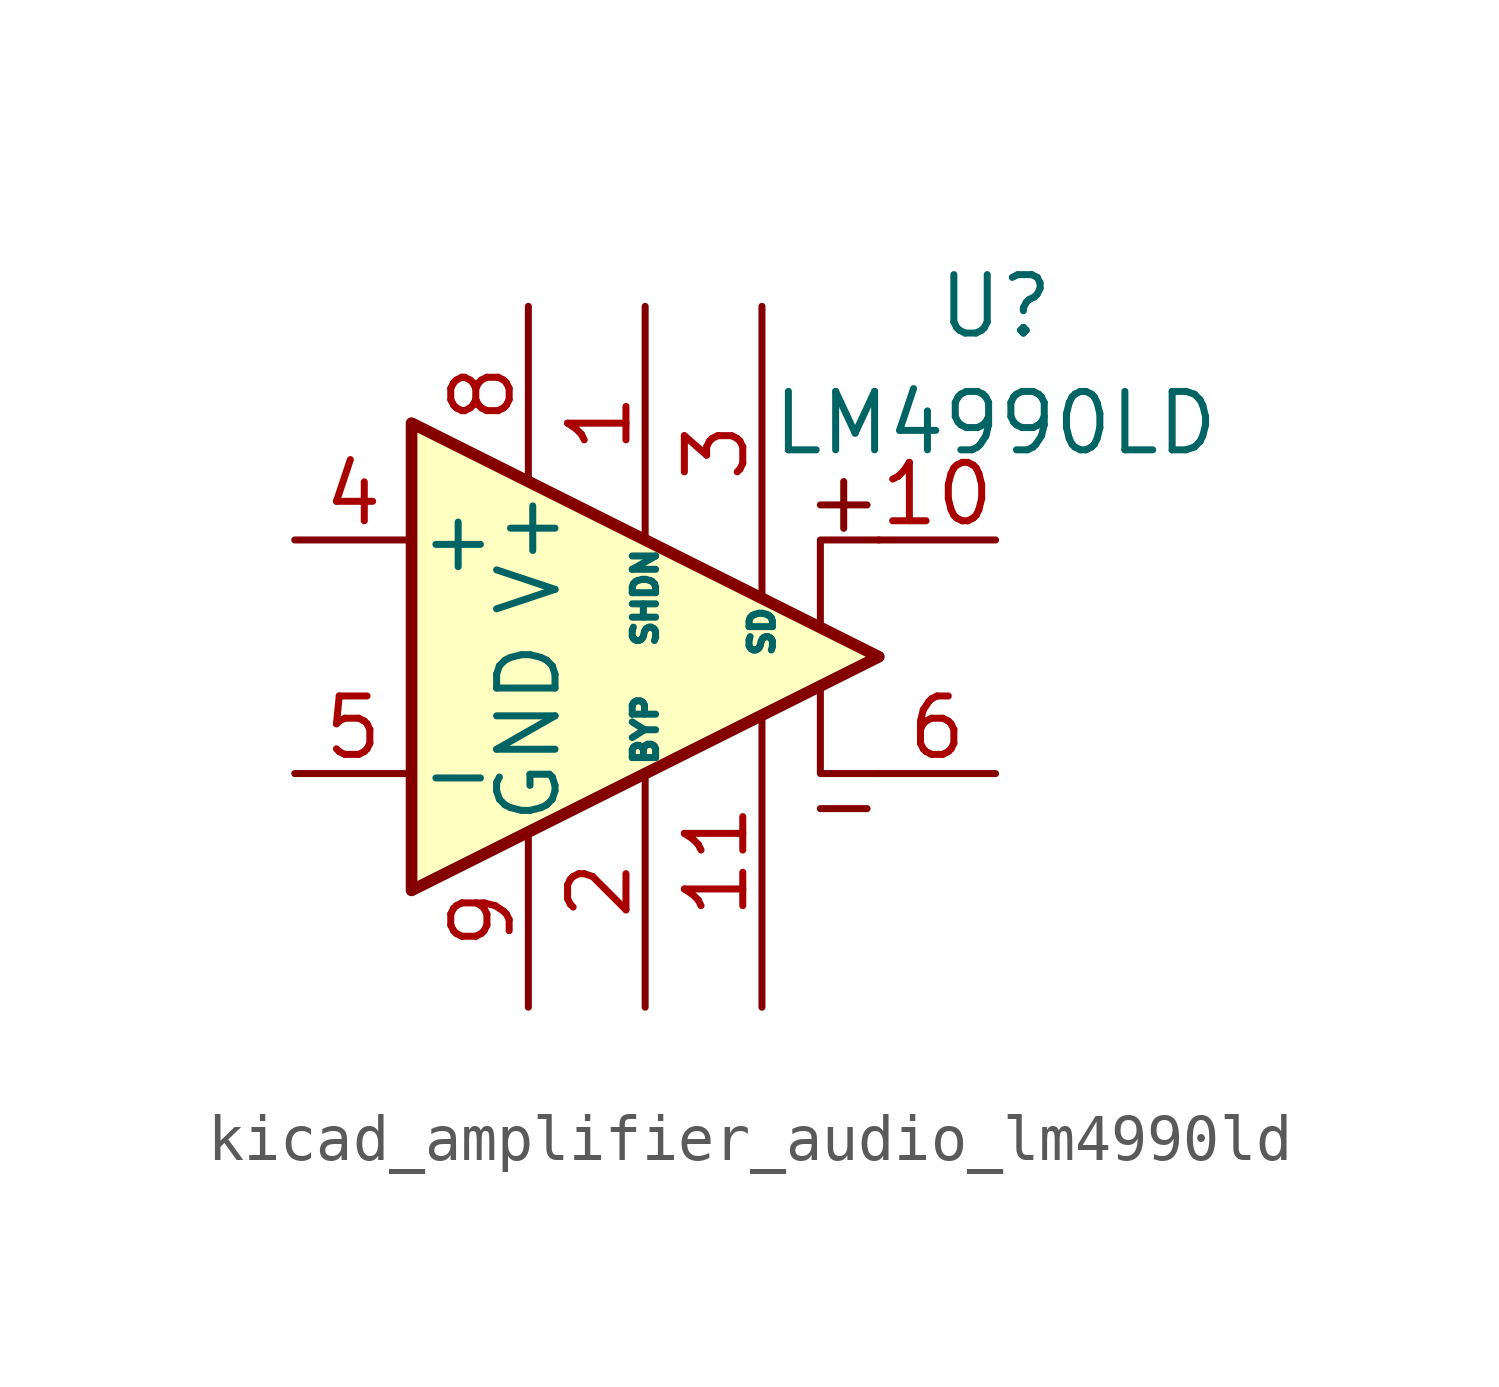
<source format=kicad_sym>
(kicad_symbol_lib
  (version 20220914)
  (generator kicad_symbol_editor)
  (symbol "kicad_amplifier_audio_lm4990ld"
    (pin_names
      (offset 0.127))
    (property "Reference" "U"
      (at 7.62 7.62 0)
      (effects (font (size 1.27 1.27))))
    (property "Value" "LM4990LD"
      (at 7.62 5.08 0)
      (effects (font (size 1.27 1.27))))
    (symbol "kicad_amplifier_audio_lm4990ld_0_1"
      (polyline (pts (xy 3.81 -0.635) (xy 3.81 -2.54) (xy 5.08 -2.54)) (stroke (width 0) (type default)) (fill (type none)))
      (polyline (pts (xy 5.08 2.54) (xy 3.81 2.54) (xy 3.81 0.635)) (stroke (width 0) (type default)) (fill (type none)))
      (polyline (pts (xy -5.08 5.08) (xy 5.08 0) (xy -5.08 -5.08) (xy -5.08 5.08)) (stroke (width 0.254) (type default)) (fill (type background))))
    (symbol "kicad_amplifier_audio_lm4990ld_1_1"
      (polyline (pts (xy 3.81 -3.302) (xy 4.826 -3.302)) (stroke (width 0) (type default)) (fill (type none)))
      (polyline (pts (xy 4.318 3.81) (xy 4.318 2.794)) (stroke (width 0) (type default)) (fill (type none)))
      (polyline (pts (xy 4.826 3.302) (xy 3.81 3.302)) (stroke (width 0) (type default)) (fill (type none)))
      (pin output line (at 0 7.62 270) (length 5.08) (name "SHDN" (effects (font (size 0.508 0.508)))) (number "1" (effects (font (size 1.27 1.27)))))
      (pin output line (at 7.62 2.54 180) (length 2.54) (name "~" (effects (font (size 1.27 1.27)))) (number "10" (effects (font (size 1.27 1.27)))))
      (pin power_in line (at 2.54 -7.62 90) (length 6.35) (name "~" (effects (font (size 1.27 1.27)))) (number "11" (effects (font (size 1.27 1.27)))))
      (pin input line (at 0 -7.62 90) (length 5.08) (name "BYP" (effects (font (size 0.508 0.508)))) (number "2" (effects (font (size 1.27 1.27)))))
      (pin input line (at 2.54 7.62 270) (length 6.35) (name "SD" (effects (font (size 0.508 0.508)))) (number "3" (effects (font (size 1.27 1.27)))))
      (pin input line (at -7.62 2.54 0) (length 2.54) (name "+" (effects (font (size 1.27 1.27)))) (number "4" (effects (font (size 1.27 1.27)))))
      (pin input line (at -7.62 -2.54 0) (length 2.54) (name "-" (effects (font (size 1.27 1.27)))) (number "5" (effects (font (size 1.27 1.27)))))
      (pin output line (at 7.62 -2.54 180) (length 2.54) (name "~" (effects (font (size 1.27 1.27)))) (number "6" (effects (font (size 1.27 1.27)))))
      (pin no_connect line (at 0 2.54 270) (length 2.54) hide (name "NC" (effects (font (size 1.27 1.27)))) (number "7" (effects (font (size 1.27 1.27)))))
      (pin power_in line (at -2.54 7.62 270) (length 3.81) (name "V+" (effects (font (size 1.27 1.27)))) (number "8" (effects (font (size 1.27 1.27)))))
      (pin power_in line (at -2.54 -7.62 90) (length 3.81) (name "GND" (effects (font (size 1.27 1.27)))) (number "9" (effects (font (size 1.27 1.27))))))))
</source>
